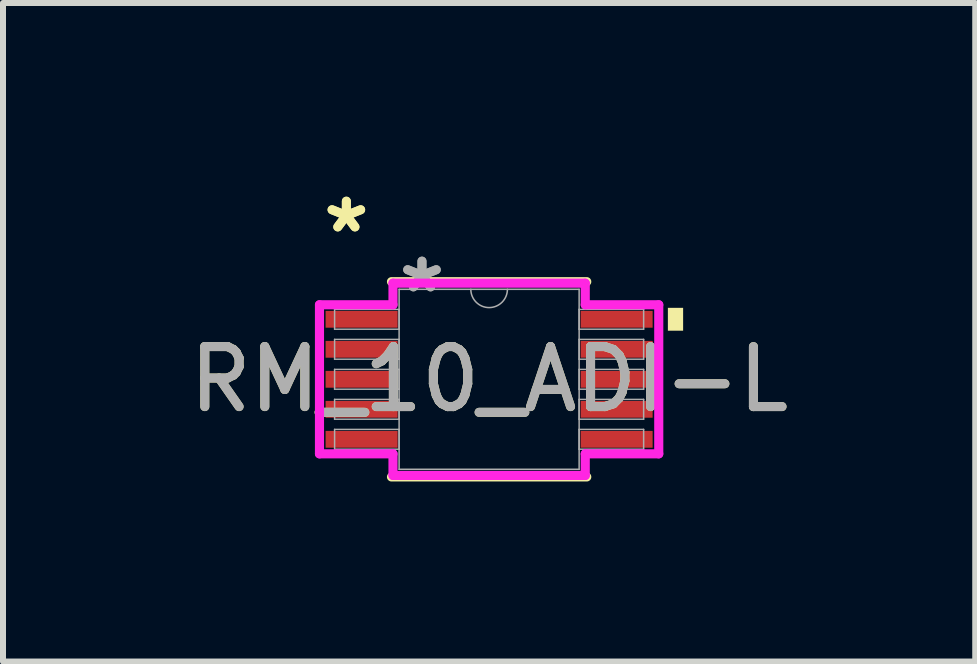
<source format=kicad_pcb>
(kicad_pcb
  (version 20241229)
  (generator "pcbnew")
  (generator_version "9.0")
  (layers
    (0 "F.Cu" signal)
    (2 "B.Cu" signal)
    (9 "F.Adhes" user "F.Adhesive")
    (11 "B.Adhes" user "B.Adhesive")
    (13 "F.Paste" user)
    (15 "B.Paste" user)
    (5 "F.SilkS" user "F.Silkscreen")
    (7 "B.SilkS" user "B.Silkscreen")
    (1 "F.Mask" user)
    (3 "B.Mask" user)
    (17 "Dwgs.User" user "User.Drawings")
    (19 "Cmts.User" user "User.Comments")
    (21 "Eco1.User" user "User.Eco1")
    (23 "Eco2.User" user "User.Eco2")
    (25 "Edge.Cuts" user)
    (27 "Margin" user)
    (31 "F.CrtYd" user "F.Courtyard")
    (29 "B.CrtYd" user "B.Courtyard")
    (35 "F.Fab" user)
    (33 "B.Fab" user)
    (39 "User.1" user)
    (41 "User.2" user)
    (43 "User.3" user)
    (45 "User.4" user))
  (footprint "RM_10_ADI-L"
    (layer "F.Cu")
    (at 5.101 3.271)
    (property "Reference" "RM_10_ADI-L" (at 0 0 0) (unlocked yes) (layer "F.SilkS") (effects (font (size 1 1) (thickness 0.15))))
    (attr smd)
    (fp_line (start -1.627 1.627) (end 1.627 1.627) (stroke (width 0.152) (type solid)) (layer "F.SilkS"))
    (fp_line (start 1.627 -1.627) (end -1.627 -1.627) (stroke (width 0.152) (type solid)) (layer "F.SilkS"))
    (fp_poly (pts (xy 3.233 -1.191) (xy 3.233 -0.81) (xy 2.979 -0.81) (xy 2.979 -1.191)) (stroke (width 0) (type solid)) (fill yes) (layer "F.SilkS"))
    (fp_line (start -2.827 -1.242) (end -1.602 -1.242) (stroke (width 0.152) (type solid)) (layer "F.CrtYd"))
    (fp_line (start -2.827 1.242) (end -2.827 -1.242) (stroke (width 0.152) (type solid)) (layer "F.CrtYd"))
    (fp_line (start -2.827 1.242) (end -1.602 1.242) (stroke (width 0.152) (type solid)) (layer "F.CrtYd"))
    (fp_line (start -1.602 -1.602) (end 1.602 -1.602) (stroke (width 0.152) (type solid)) (layer "F.CrtYd"))
    (fp_line (start -1.602 -1.242) (end -1.602 -1.602) (stroke (width 0.152) (type solid)) (layer "F.CrtYd"))
    (fp_line (start -1.602 1.602) (end -1.602 1.242) (stroke (width 0.152) (type solid)) (layer "F.CrtYd"))
    (fp_line (start 1.602 -1.602) (end 1.602 -1.242) (stroke (width 0.152) (type solid)) (layer "F.CrtYd"))
    (fp_line (start 1.602 1.242) (end 1.602 1.602) (stroke (width 0.152) (type solid)) (layer "F.CrtYd"))
    (fp_line (start 1.602 1.602) (end -1.602 1.602) (stroke (width 0.152) (type solid)) (layer "F.CrtYd"))
    (fp_line (start 2.827 -1.242) (end 1.602 -1.242) (stroke (width 0.152) (type solid)) (layer "F.CrtYd"))
    (fp_line (start 2.827 -1.242) (end 2.827 1.242) (stroke (width 0.152) (type solid)) (layer "F.CrtYd"))
    (fp_line (start 2.827 1.242) (end 1.602 1.242) (stroke (width 0.152) (type solid)) (layer "F.CrtYd"))
    (fp_line (start -2.575 -1.165) (end -2.575 -0.835) (stroke (width 0.025) (type solid)) (layer "F.Fab"))
    (fp_line (start -2.575 -0.835) (end -1.5 -0.835) (stroke (width 0.025) (type solid)) (layer "F.Fab"))
    (fp_line (start -2.575 -0.665) (end -2.575 -0.335) (stroke (width 0.025) (type solid)) (layer "F.Fab"))
    (fp_line (start -2.575 -0.335) (end -1.5 -0.335) (stroke (width 0.025) (type solid)) (layer "F.Fab"))
    (fp_line (start -2.575 -0.165) (end -2.575 0.165) (stroke (width 0.025) (type solid)) (layer "F.Fab"))
    (fp_line (start -2.575 0.165) (end -1.5 0.165) (stroke (width 0.025) (type solid)) (layer "F.Fab"))
    (fp_line (start -2.575 0.335) (end -2.575 0.665) (stroke (width 0.025) (type solid)) (layer "F.Fab"))
    (fp_line (start -2.575 0.665) (end -1.5 0.665) (stroke (width 0.025) (type solid)) (layer "F.Fab"))
    (fp_line (start -2.575 0.835) (end -2.575 1.165) (stroke (width 0.025) (type solid)) (layer "F.Fab"))
    (fp_line (start -2.575 1.165) (end -1.5 1.165) (stroke (width 0.025) (type solid)) (layer "F.Fab"))
    (fp_line (start -1.5 -1.5) (end -1.5 1.5) (stroke (width 0.025) (type solid)) (layer "F.Fab"))
    (fp_line (start -1.5 -1.165) (end -2.575 -1.165) (stroke (width 0.025) (type solid)) (layer "F.Fab"))
    (fp_line (start -1.5 -0.835) (end -1.5 -1.165) (stroke (width 0.025) (type solid)) (layer "F.Fab"))
    (fp_line (start -1.5 -0.665) (end -2.575 -0.665) (stroke (width 0.025) (type solid)) (layer "F.Fab"))
    (fp_line (start -1.5 -0.335) (end -1.5 -0.665) (stroke (width 0.025) (type solid)) (layer "F.Fab"))
    (fp_line (start -1.5 -0.165) (end -2.575 -0.165) (stroke (width 0.025) (type solid)) (layer "F.Fab"))
    (fp_line (start -1.5 0.165) (end -1.5 -0.165) (stroke (width 0.025) (type solid)) (layer "F.Fab"))
    (fp_line (start -1.5 0.335) (end -2.575 0.335) (stroke (width 0.025) (type solid)) (layer "F.Fab"))
    (fp_line (start -1.5 0.665) (end -1.5 0.335) (stroke (width 0.025) (type solid)) (layer "F.Fab"))
    (fp_line (start -1.5 0.835) (end -2.575 0.835) (stroke (width 0.025) (type solid)) (layer "F.Fab"))
    (fp_line (start -1.5 1.165) (end -1.5 0.835) (stroke (width 0.025) (type solid)) (layer "F.Fab"))
    (fp_line (start -1.5 1.5) (end 1.5 1.5) (stroke (width 0.025) (type solid)) (layer "F.Fab"))
    (fp_line (start 1.5 -1.5) (end -1.5 -1.5) (stroke (width 0.025) (type solid)) (layer "F.Fab"))
    (fp_line (start 1.5 -1.165) (end 1.5 -0.835) (stroke (width 0.025) (type solid)) (layer "F.Fab"))
    (fp_line (start 1.5 -0.835) (end 2.575 -0.835) (stroke (width 0.025) (type solid)) (layer "F.Fab"))
    (fp_line (start 1.5 -0.665) (end 1.5 -0.335) (stroke (width 0.025) (type solid)) (layer "F.Fab"))
    (fp_line (start 1.5 -0.335) (end 2.575 -0.335) (stroke (width 0.025) (type solid)) (layer "F.Fab"))
    (fp_line (start 1.5 -0.165) (end 1.5 0.165) (stroke (width 0.025) (type solid)) (layer "F.Fab"))
    (fp_line (start 1.5 0.165) (end 2.575 0.165) (stroke (width 0.025) (type solid)) (layer "F.Fab"))
    (fp_line (start 1.5 0.335) (end 1.5 0.665) (stroke (width 0.025) (type solid)) (layer "F.Fab"))
    (fp_line (start 1.5 0.665) (end 2.575 0.665) (stroke (width 0.025) (type solid)) (layer "F.Fab"))
    (fp_line (start 1.5 0.835) (end 1.5 1.165) (stroke (width 0.025) (type solid)) (layer "F.Fab"))
    (fp_line (start 1.5 1.165) (end 2.575 1.165) (stroke (width 0.025) (type solid)) (layer "F.Fab"))
    (fp_line (start 1.5 1.5) (end 1.5 -1.5) (stroke (width 0.025) (type solid)) (layer "F.Fab"))
    (fp_line (start 2.575 -1.165) (end 1.5 -1.165) (stroke (width 0.025) (type solid)) (layer "F.Fab"))
    (fp_line (start 2.575 -0.835) (end 2.575 -1.165) (stroke (width 0.025) (type solid)) (layer "F.Fab"))
    (fp_line (start 2.575 -0.665) (end 1.5 -0.665) (stroke (width 0.025) (type solid)) (layer "F.Fab"))
    (fp_line (start 2.575 -0.335) (end 2.575 -0.665) (stroke (width 0.025) (type solid)) (layer "F.Fab"))
    (fp_line (start 2.575 -0.165) (end 1.5 -0.165) (stroke (width 0.025) (type solid)) (layer "F.Fab"))
    (fp_line (start 2.575 0.165) (end 2.575 -0.165) (stroke (width 0.025) (type solid)) (layer "F.Fab"))
    (fp_line (start 2.575 0.335) (end 1.5 0.335) (stroke (width 0.025) (type solid)) (layer "F.Fab"))
    (fp_line (start 2.575 0.665) (end 2.575 0.335) (stroke (width 0.025) (type solid)) (layer "F.Fab"))
    (fp_line (start 2.575 0.835) (end 1.5 0.835) (stroke (width 0.025) (type solid)) (layer "F.Fab"))
    (fp_line (start 2.575 1.165) (end 2.575 0.835) (stroke (width 0.025) (type solid)) (layer "F.Fab"))
    (fp_arc (start 0.3048 -1.5) (mid 0 -1.1952) (end -0.3048 -1.5) (stroke (width 0.0254) (type solid)) (layer "F.Fab"))
    (fp_text user "*" (at -2.379 -2.423 0) (unlocked yes) (layer "F.SilkS") (effects (font (size 1 1) (thickness 0.15))))
    (fp_text user "*" (at -2.379 -2.423 0) (layer "F.SilkS") (effects (font (size 1 1) (thickness 0.15))))
    (fp_text user "${REFERENCE}" (at 0 0 0) (unlocked yes) (layer "F.Fab") (effects (font (size 1 1) (thickness 0.15))))
    (fp_text user "*" (at -1.119 -1.424 0) (unlocked yes) (layer "F.Fab") (effects (font (size 1 1) (thickness 0.15))))
    (fp_text user "*" (at -1.119 -1.424 0) (layer "F.Fab") (effects (font (size 1 1) (thickness 0.15))))
    (pad "1" smd rect (at -2.125 -1) (size 1.2 0.28) (layers "F.Cu" "F.Mask" "F.Paste"))
    (pad "2" smd rect (at -2.125 -0.5) (size 1.2 0.28) (layers "F.Cu" "F.Mask" "F.Paste"))
    (pad "3" smd rect (at -2.125 0) (size 1.2 0.28) (layers "F.Cu" "F.Mask" "F.Paste"))
    (pad "4" smd rect (at -2.125 0.5) (size 1.2 0.28) (layers "F.Cu" "F.Mask" "F.Paste"))
    (pad "5" smd rect (at -2.125 1) (size 1.2 0.28) (layers "F.Cu" "F.Mask" "F.Paste"))
    (pad "6" smd rect (at 2.125 1) (size 1.2 0.28) (layers "F.Cu" "F.Mask" "F.Paste"))
    (pad "7" smd rect (at 2.125 0.5) (size 1.2 0.28) (layers "F.Cu" "F.Mask" "F.Paste"))
    (pad "8" smd rect (at 2.125 0) (size 1.2 0.28) (layers "F.Cu" "F.Mask" "F.Paste"))
    (pad "9" smd rect (at 2.125 -0.5) (size 1.2 0.28) (layers "F.Cu" "F.Mask" "F.Paste"))
    (pad "10" smd rect (at 2.125 -1) (size 1.2 0.28) (layers "F.Cu" "F.Mask" "F.Paste")))
  (gr_rect
    (start -3 -3)
    (end 13.202 7.974)
    (stroke (width 0.1) (type default))
    (fill no)
    (layer "Edge.Cuts")))
</source>
